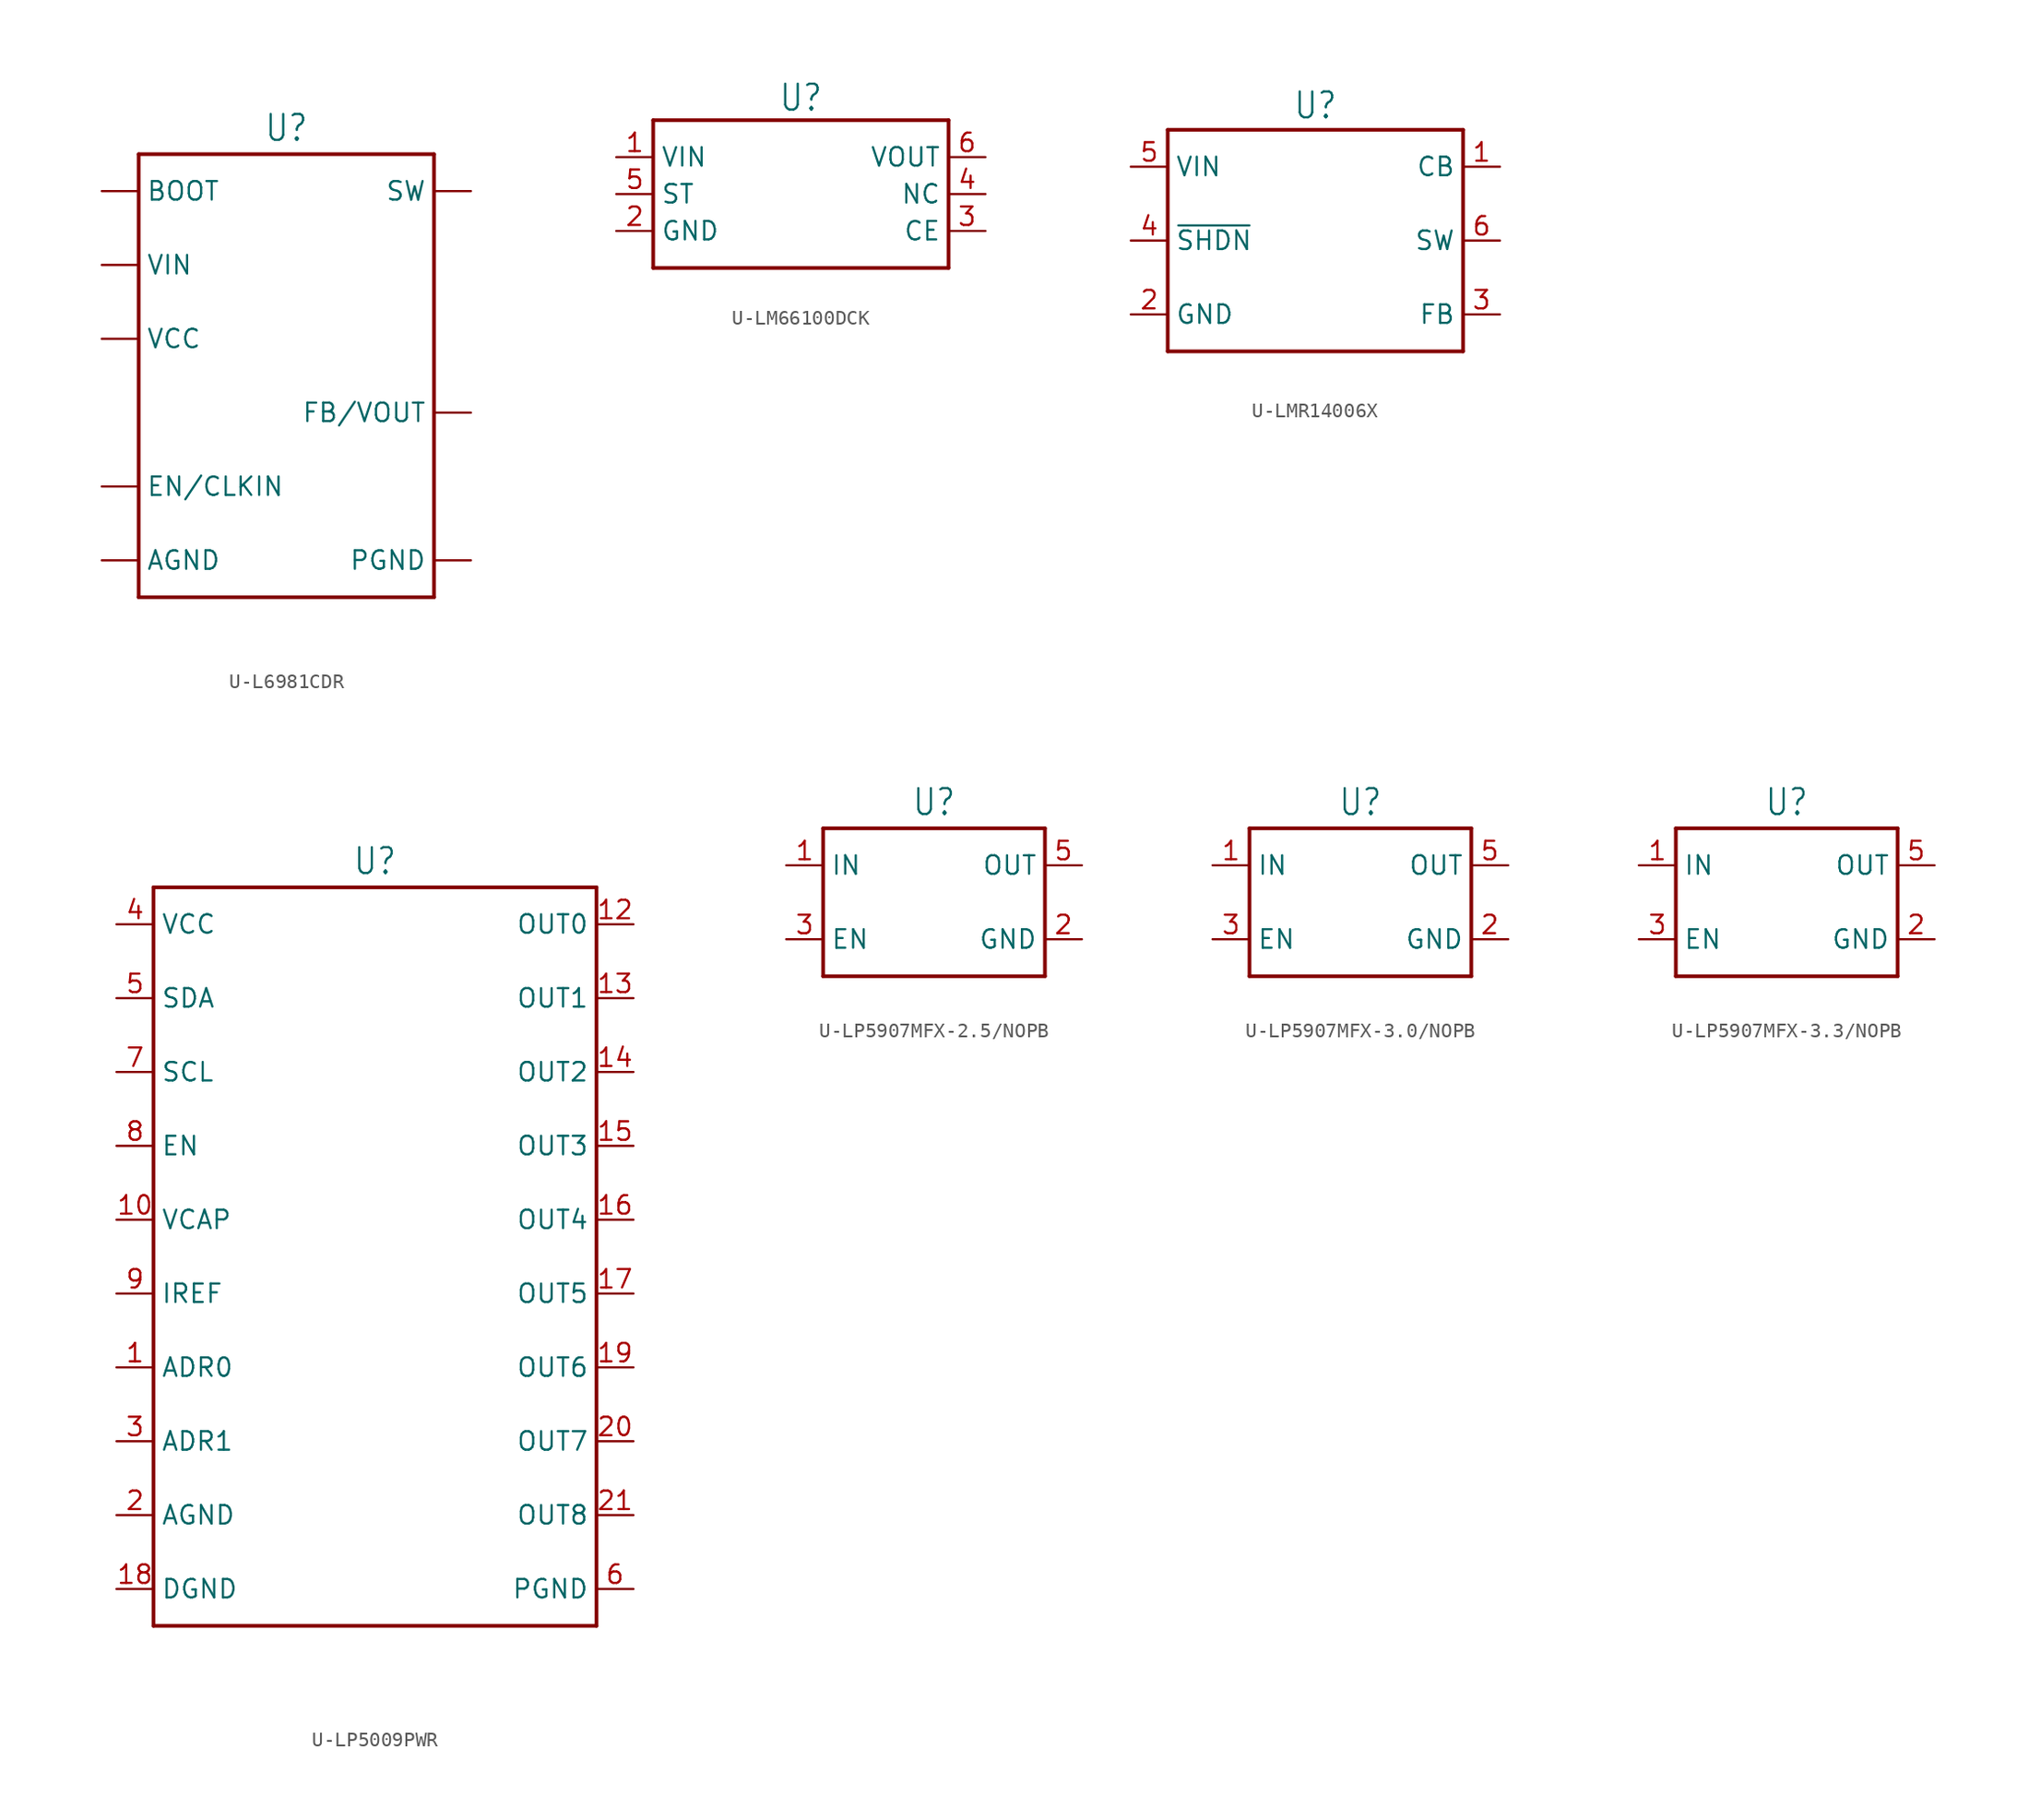
<source format=kicad_sym>
(kicad_symbol_lib
  (version 20231120)
  (generator "kicad_symbol_editor")
  (generator_version "8.0")
  (symbol "U-L6981CDR"
    (property "Reference" "U"
      (at 0 16.002 0)
      (effects (font (size 1.778 1.511)) (justify bottom)))
    (property "Value" ""
      (at 0 -16.002 0)
      (effects (font (size 1.778 1.511)) (justify top)))
    (property "ki_locked" ""
      (at 0 0 0)
      (effects (font (size 1.27 1.27))))
    (symbol "U-L6981CDR_1_0"
      (polyline (pts (xy -10.16 -15.24) (xy 10.16 -15.24)) (stroke (width 0.254) (type solid)) (fill (type none)))
      (polyline (pts (xy -10.16 15.24) (xy -10.16 -15.24)) (stroke (width 0.254) (type solid)) (fill (type none)))
      (polyline (pts (xy 10.16 -15.24) (xy 10.16 15.24)) (stroke (width 0.254) (type solid)) (fill (type none)))
      (polyline (pts (xy 10.16 15.24) (xy -10.16 15.24)) (stroke (width 0.254) (type solid)) (fill (type none)))
      (pin passive line (at 12.7 12.7 180) (length 2.54) (name "SW" (effects (font (size 1.27 1.27)))) (number "1" (effects (font (size 0 0)))))
      (pin passive line (at -12.7 12.7 0) (length 2.54) (name "BOOT" (effects (font (size 1.27 1.27)))) (number "2" (effects (font (size 0 0)))))
      (pin passive line (at -12.7 2.54 0) (length 2.54) (name "VCC" (effects (font (size 1.27 1.27)))) (number "3" (effects (font (size 0 0)))))
      (pin passive line (at 12.7 -2.54 180) (length 2.54) (name "FB/VOUT" (effects (font (size 1.27 1.27)))) (number "4" (effects (font (size 0 0)))))
      (pin passive line (at -12.7 -7.62 0) (length 2.54) (name "EN/CLKIN" (effects (font (size 1.27 1.27)))) (number "5" (effects (font (size 0 0)))))
      (pin passive line (at -12.7 -12.7 0) (length 2.54) (name "AGND" (effects (font (size 1.27 1.27)))) (number "6" (effects (font (size 0 0)))))
      (pin passive line (at -12.7 7.62 0) (length 2.54) (name "VIN" (effects (font (size 1.27 1.27)))) (number "7" (effects (font (size 0 0)))))
      (pin passive line (at 12.7 -12.7 180) (length 2.54) (name "PGND" (effects (font (size 1.27 1.27)))) (number "8" (effects (font (size 0 0)))))))
  (symbol "U-LM66100DCK"
    (property "Reference" "U"
      (at 0 5.588 0)
      (effects (font (size 1.778 1.511)) (justify bottom)))
    (property "Value" ""
      (at 0 -5.588 0)
      (effects (font (size 1.778 1.511)) (justify top)))
    (property "ki_locked" ""
      (at 0 0 0)
      (effects (font (size 1.27 1.27))))
    (symbol "U-LM66100DCK_1_0"
      (polyline (pts (xy -10.16 -5.08) (xy -10.16 5.08)) (stroke (width 0.254) (type solid)) (fill (type none)))
      (polyline (pts (xy -10.16 5.08) (xy 10.16 5.08)) (stroke (width 0.254) (type solid)) (fill (type none)))
      (polyline (pts (xy 10.16 -5.08) (xy -10.16 -5.08)) (stroke (width 0.254) (type solid)) (fill (type none)))
      (polyline (pts (xy 10.16 5.08) (xy 10.16 -5.08)) (stroke (width 0.254) (type solid)) (fill (type none)))
      (pin passive line (at -12.7 2.54 0) (length 2.54) (name "VIN" (effects (font (size 1.27 1.27)))) (number "1" (effects (font (size 1.27 1.27)))))
      (pin passive line (at -12.7 -2.54 0) (length 2.54) (name "GND" (effects (font (size 1.27 1.27)))) (number "2" (effects (font (size 1.27 1.27)))))
      (pin passive line (at 12.7 -2.54 180) (length 2.54) (name "CE" (effects (font (size 1.27 1.27)))) (number "3" (effects (font (size 1.27 1.27)))))
      (pin passive line (at 12.7 0 180) (length 2.54) (name "NC" (effects (font (size 1.27 1.27)))) (number "4" (effects (font (size 1.27 1.27)))))
      (pin passive line (at -12.7 0 0) (length 2.54) (name "ST" (effects (font (size 1.27 1.27)))) (number "5" (effects (font (size 1.27 1.27)))))
      (pin passive line (at 12.7 2.54 180) (length 2.54) (name "VOUT" (effects (font (size 1.27 1.27)))) (number "6" (effects (font (size 1.27 1.27)))))))
  (symbol "U-LMR14006X"
    (property "Reference" "U"
      (at 0 8.255 0)
      (effects (font (size 1.778 1.511)) (justify bottom)))
    (property "Value" ""
      (at 0 -8.255 0)
      (effects (font (size 1.778 1.511)) (justify top)))
    (property "ki_locked" ""
      (at 0 0 0)
      (effects (font (size 1.27 1.27))))
    (symbol "U-LMR14006X_1_0"
      (polyline (pts (xy -10.16 -7.62) (xy -10.16 7.62)) (stroke (width 0.254) (type solid)) (fill (type none)))
      (polyline (pts (xy -10.16 7.62) (xy 10.16 7.62)) (stroke (width 0.254) (type solid)) (fill (type none)))
      (polyline (pts (xy 10.16 -7.62) (xy -10.16 -7.62)) (stroke (width 0.254) (type solid)) (fill (type none)))
      (polyline (pts (xy 10.16 7.62) (xy 10.16 -7.62)) (stroke (width 0.254) (type solid)) (fill (type none)))
      (pin passive line (at 12.7 5.08 180) (length 2.54) (name "CB" (effects (font (size 1.27 1.27)))) (number "1" (effects (font (size 1.27 1.27)))))
      (pin passive line (at -12.7 -5.08 0) (length 2.54) (name "GND" (effects (font (size 1.27 1.27)))) (number "2" (effects (font (size 1.27 1.27)))))
      (pin passive line (at 12.7 -5.08 180) (length 2.54) (name "FB" (effects (font (size 1.27 1.27)))) (number "3" (effects (font (size 1.27 1.27)))))
      (pin passive line (at -12.7 0 0) (length 2.54) (name "~{SHDN}" (effects (font (size 1.27 1.27)))) (number "4" (effects (font (size 1.27 1.27)))))
      (pin passive line (at -12.7 5.08 0) (length 2.54) (name "VIN" (effects (font (size 1.27 1.27)))) (number "5" (effects (font (size 1.27 1.27)))))
      (pin passive line (at 12.7 0 180) (length 2.54) (name "SW" (effects (font (size 1.27 1.27)))) (number "6" (effects (font (size 1.27 1.27)))))))
  (symbol "U-LP5009PWR"
    (property "Reference" "U"
      (at 0 23.622 0)
      (effects (font (size 1.778 1.511)) (justify bottom)))
    (property "Value" ""
      (at 0 -28.702 0)
      (effects (font (size 1.778 1.511)) (justify top)))
    (property "ki_locked" ""
      (at 0 0 0)
      (effects (font (size 1.27 1.27))))
    (symbol "U-LP5009PWR_1_0"
      (polyline (pts (xy -15.24 -27.94) (xy 15.24 -27.94)) (stroke (width 0.254) (type solid)) (fill (type none)))
      (polyline (pts (xy -15.24 22.86) (xy -15.24 -27.94)) (stroke (width 0.254) (type solid)) (fill (type none)))
      (polyline (pts (xy 15.24 -27.94) (xy 15.24 22.86)) (stroke (width 0.254) (type solid)) (fill (type none)))
      (polyline (pts (xy 15.24 22.86) (xy -15.24 22.86)) (stroke (width 0.254) (type solid)) (fill (type none)))
      (pin passive line (at -17.78 -10.16 0) (length 2.54) (name "ADR0" (effects (font (size 1.27 1.27)))) (number "1" (effects (font (size 1.27 1.27)))))
      (pin passive line (at -17.78 0 0) (length 2.54) (name "VCAP" (effects (font (size 1.27 1.27)))) (number "10" (effects (font (size 1.27 1.27)))))
      (pin passive line (at 17.78 20.32 180) (length 2.54) (name "OUT0" (effects (font (size 1.27 1.27)))) (number "12" (effects (font (size 1.27 1.27)))))
      (pin passive line (at 17.78 15.24 180) (length 2.54) (name "OUT1" (effects (font (size 1.27 1.27)))) (number "13" (effects (font (size 1.27 1.27)))))
      (pin passive line (at 17.78 10.16 180) (length 2.54) (name "OUT2" (effects (font (size 1.27 1.27)))) (number "14" (effects (font (size 1.27 1.27)))))
      (pin passive line (at 17.78 5.08 180) (length 2.54) (name "OUT3" (effects (font (size 1.27 1.27)))) (number "15" (effects (font (size 1.27 1.27)))))
      (pin passive line (at 17.78 0 180) (length 2.54) (name "OUT4" (effects (font (size 1.27 1.27)))) (number "16" (effects (font (size 1.27 1.27)))))
      (pin passive line (at 17.78 -5.08 180) (length 2.54) (name "OUT5" (effects (font (size 1.27 1.27)))) (number "17" (effects (font (size 1.27 1.27)))))
      (pin passive line (at -17.78 -25.4 0) (length 2.54) (name "DGND" (effects (font (size 1.27 1.27)))) (number "18" (effects (font (size 1.27 1.27)))))
      (pin passive line (at 17.78 -10.16 180) (length 2.54) (name "OUT6" (effects (font (size 1.27 1.27)))) (number "19" (effects (font (size 1.27 1.27)))))
      (pin passive line (at -17.78 -20.32 0) (length 2.54) (name "AGND" (effects (font (size 1.27 1.27)))) (number "2" (effects (font (size 1.27 1.27)))))
      (pin passive line (at 17.78 -15.24 180) (length 2.54) (name "OUT7" (effects (font (size 1.27 1.27)))) (number "20" (effects (font (size 1.27 1.27)))))
      (pin passive line (at 17.78 -20.32 180) (length 2.54) (name "OUT8" (effects (font (size 1.27 1.27)))) (number "21" (effects (font (size 1.27 1.27)))))
      (pin passive line (at -17.78 -15.24 0) (length 2.54) (name "ADR1" (effects (font (size 1.27 1.27)))) (number "3" (effects (font (size 1.27 1.27)))))
      (pin passive line (at -17.78 20.32 0) (length 2.54) (name "VCC" (effects (font (size 1.27 1.27)))) (number "4" (effects (font (size 1.27 1.27)))))
      (pin passive line (at -17.78 15.24 0) (length 2.54) (name "SDA" (effects (font (size 1.27 1.27)))) (number "5" (effects (font (size 1.27 1.27)))))
      (pin passive line (at 17.78 -25.4 180) (length 2.54) (name "PGND" (effects (font (size 1.27 1.27)))) (number "6" (effects (font (size 1.27 1.27)))))
      (pin passive line (at -17.78 10.16 0) (length 2.54) (name "SCL" (effects (font (size 1.27 1.27)))) (number "7" (effects (font (size 1.27 1.27)))))
      (pin passive line (at -17.78 5.08 0) (length 2.54) (name "EN" (effects (font (size 1.27 1.27)))) (number "8" (effects (font (size 1.27 1.27)))))
      (pin passive line (at -17.78 -5.08 0) (length 2.54) (name "IREF" (effects (font (size 1.27 1.27)))) (number "9" (effects (font (size 1.27 1.27)))))))
  (symbol "U-LP5907MFX-2.5/NOPB"
    (property "Reference" "U"
      (at 0 5.842 0)
      (effects (font (size 1.778 1.511)) (justify bottom)))
    (property "Value" ""
      (at 0 -5.842 0)
      (effects (font (size 1.778 1.511)) (justify top)))
    (property "ki_locked" ""
      (at 0 0 0)
      (effects (font (size 1.27 1.27))))
    (symbol "U-LP5907MFX-2.5/NOPB_1_0"
      (polyline (pts (xy -7.62 -5.08) (xy -7.62 5.08)) (stroke (width 0.254) (type solid)) (fill (type none)))
      (polyline (pts (xy -7.62 5.08) (xy 7.62 5.08)) (stroke (width 0.254) (type solid)) (fill (type none)))
      (polyline (pts (xy 7.62 -5.08) (xy -7.62 -5.08)) (stroke (width 0.254) (type solid)) (fill (type none)))
      (polyline (pts (xy 7.62 5.08) (xy 7.62 -5.08)) (stroke (width 0.254) (type solid)) (fill (type none)))
      (pin passive line (at -10.16 2.54 0) (length 2.54) (name "IN" (effects (font (size 1.27 1.27)))) (number "1" (effects (font (size 1.27 1.27)))))
      (pin passive line (at 10.16 -2.54 180) (length 2.54) (name "GND" (effects (font (size 1.27 1.27)))) (number "2" (effects (font (size 1.27 1.27)))))
      (pin passive line (at -10.16 -2.54 0) (length 2.54) (name "EN" (effects (font (size 1.27 1.27)))) (number "3" (effects (font (size 1.27 1.27)))))
      (pin passive line (at 10.16 2.54 180) (length 2.54) (name "OUT" (effects (font (size 1.27 1.27)))) (number "5" (effects (font (size 1.27 1.27)))))))
  (symbol "U-LP5907MFX-3.0/NOPB"
    (property "Reference" "U"
      (at 0 5.842 0)
      (effects (font (size 1.778 1.511)) (justify bottom)))
    (property "Value" ""
      (at 0 -5.842 0)
      (effects (font (size 1.778 1.511)) (justify top)))
    (property "ki_locked" ""
      (at 0 0 0)
      (effects (font (size 1.27 1.27))))
    (symbol "U-LP5907MFX-3.0/NOPB_1_0"
      (polyline (pts (xy -7.62 -5.08) (xy -7.62 5.08)) (stroke (width 0.254) (type solid)) (fill (type none)))
      (polyline (pts (xy -7.62 5.08) (xy 7.62 5.08)) (stroke (width 0.254) (type solid)) (fill (type none)))
      (polyline (pts (xy 7.62 -5.08) (xy -7.62 -5.08)) (stroke (width 0.254) (type solid)) (fill (type none)))
      (polyline (pts (xy 7.62 5.08) (xy 7.62 -5.08)) (stroke (width 0.254) (type solid)) (fill (type none)))
      (pin passive line (at -10.16 2.54 0) (length 2.54) (name "IN" (effects (font (size 1.27 1.27)))) (number "1" (effects (font (size 1.27 1.27)))))
      (pin passive line (at 10.16 -2.54 180) (length 2.54) (name "GND" (effects (font (size 1.27 1.27)))) (number "2" (effects (font (size 1.27 1.27)))))
      (pin passive line (at -10.16 -2.54 0) (length 2.54) (name "EN" (effects (font (size 1.27 1.27)))) (number "3" (effects (font (size 1.27 1.27)))))
      (pin passive line (at 10.16 2.54 180) (length 2.54) (name "OUT" (effects (font (size 1.27 1.27)))) (number "5" (effects (font (size 1.27 1.27)))))))
  (symbol "U-LP5907MFX-3.3/NOPB"
    (property "Reference" "U"
      (at 0 5.842 0)
      (effects (font (size 1.778 1.511)) (justify bottom)))
    (property "Value" ""
      (at 0 -5.842 0)
      (effects (font (size 1.778 1.511)) (justify top)))
    (property "ki_locked" ""
      (at 0 0 0)
      (effects (font (size 1.27 1.27))))
    (symbol "U-LP5907MFX-3.3/NOPB_1_0"
      (polyline (pts (xy -7.62 -5.08) (xy -7.62 5.08)) (stroke (width 0.254) (type solid)) (fill (type none)))
      (polyline (pts (xy -7.62 5.08) (xy 7.62 5.08)) (stroke (width 0.254) (type solid)) (fill (type none)))
      (polyline (pts (xy 7.62 -5.08) (xy -7.62 -5.08)) (stroke (width 0.254) (type solid)) (fill (type none)))
      (polyline (pts (xy 7.62 5.08) (xy 7.62 -5.08)) (stroke (width 0.254) (type solid)) (fill (type none)))
      (pin passive line (at -10.16 2.54 0) (length 2.54) (name "IN" (effects (font (size 1.27 1.27)))) (number "1" (effects (font (size 1.27 1.27)))))
      (pin passive line (at 10.16 -2.54 180) (length 2.54) (name "GND" (effects (font (size 1.27 1.27)))) (number "2" (effects (font (size 1.27 1.27)))))
      (pin passive line (at -10.16 -2.54 0) (length 2.54) (name "EN" (effects (font (size 1.27 1.27)))) (number "3" (effects (font (size 1.27 1.27)))))
      (pin passive line (at 10.16 2.54 180) (length 2.54) (name "OUT" (effects (font (size 1.27 1.27)))) (number "5" (effects (font (size 1.27 1.27))))))))
</source>
